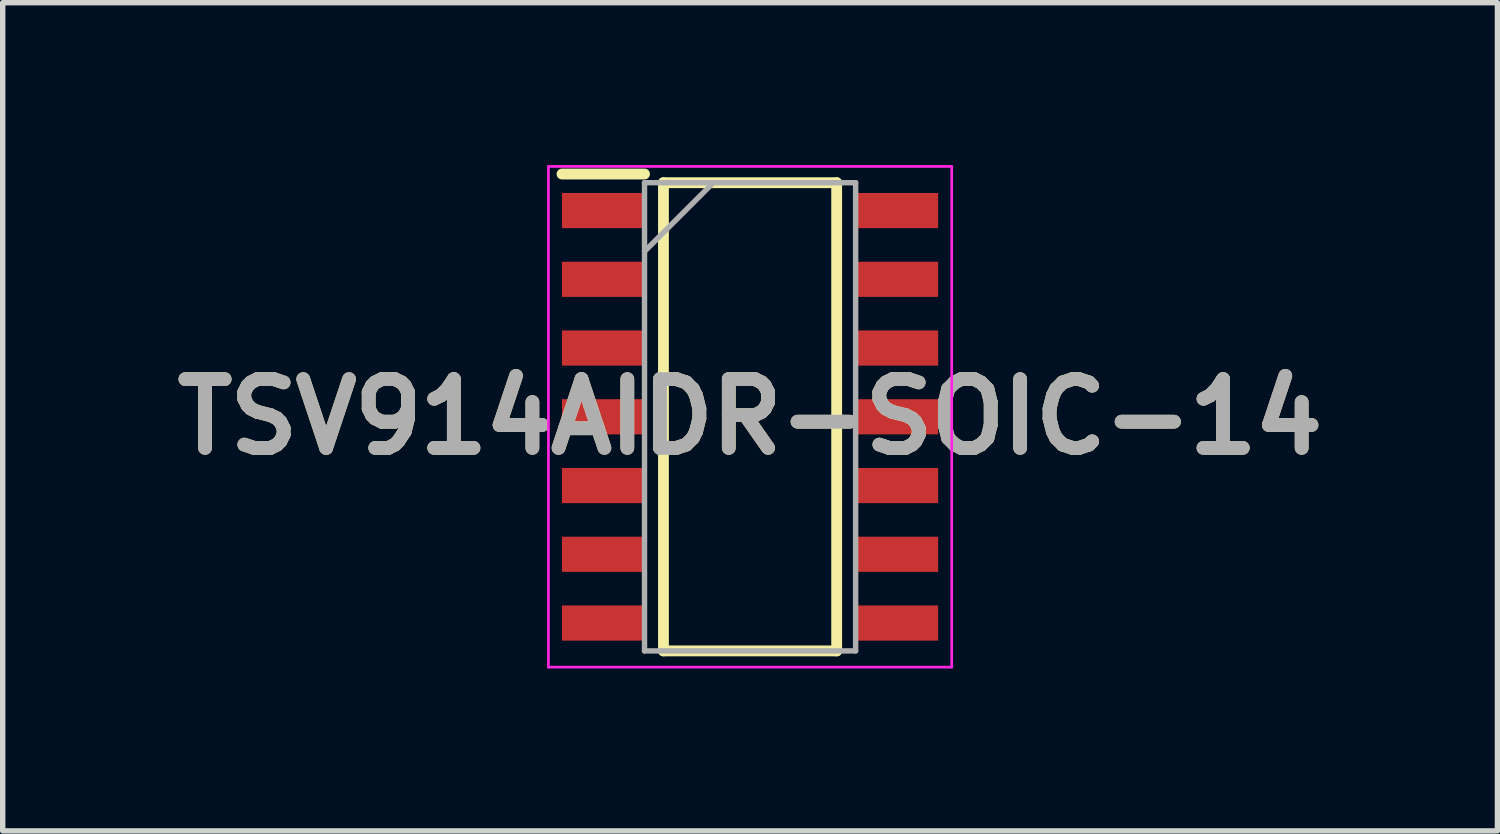
<source format=kicad_pcb>
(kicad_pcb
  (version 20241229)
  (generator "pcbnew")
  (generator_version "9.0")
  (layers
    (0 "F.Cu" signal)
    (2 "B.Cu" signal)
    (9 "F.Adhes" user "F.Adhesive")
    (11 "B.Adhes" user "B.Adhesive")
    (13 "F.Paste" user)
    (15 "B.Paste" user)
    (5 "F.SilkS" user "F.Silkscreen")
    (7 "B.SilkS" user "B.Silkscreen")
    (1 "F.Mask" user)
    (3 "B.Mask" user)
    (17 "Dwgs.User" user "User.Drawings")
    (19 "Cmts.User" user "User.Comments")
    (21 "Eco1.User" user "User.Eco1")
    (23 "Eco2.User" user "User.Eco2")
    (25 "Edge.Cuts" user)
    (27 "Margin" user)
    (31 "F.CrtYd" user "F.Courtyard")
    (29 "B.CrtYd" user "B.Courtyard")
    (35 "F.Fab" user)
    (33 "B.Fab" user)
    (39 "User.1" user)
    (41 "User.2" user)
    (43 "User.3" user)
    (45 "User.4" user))
  (footprint "TSV914AIDR-SOIC-14"
    (layer "F.Cu")
    (at 10.807 4.65)
    (property "Reference" "TSV914AIDR-SOIC-14" (at 0 0 0) (layer "F.SilkS") (effects (font (size 1.27 1.27) (thickness 0.254))))
    (attr smd)
    (fp_line (start -3.475 -4.485) (end -1.95 -4.485) (stroke (width 0.2) (type solid)) (layer "F.SilkS"))
    (fp_line (start -1.6 -4.325) (end 1.6 -4.325) (stroke (width 0.2) (type solid)) (layer "F.SilkS"))
    (fp_line (start -1.6 4.325) (end -1.6 -4.325) (stroke (width 0.2) (type solid)) (layer "F.SilkS"))
    (fp_line (start 1.6 -4.325) (end 1.6 4.325) (stroke (width 0.2) (type solid)) (layer "F.SilkS"))
    (fp_line (start 1.6 4.325) (end -1.6 4.325) (stroke (width 0.2) (type solid)) (layer "F.SilkS"))
    (fp_line (start -3.725 -4.625) (end 3.725 -4.625) (stroke (width 0.05) (type solid)) (layer "F.CrtYd"))
    (fp_line (start -3.725 4.625) (end -3.725 -4.625) (stroke (width 0.05) (type solid)) (layer "F.CrtYd"))
    (fp_line (start 3.725 -4.625) (end 3.725 4.625) (stroke (width 0.05) (type solid)) (layer "F.CrtYd"))
    (fp_line (start 3.725 4.625) (end -3.725 4.625) (stroke (width 0.05) (type solid)) (layer "F.CrtYd"))
    (fp_line (start -1.95 -4.325) (end 1.95 -4.325) (stroke (width 0.1) (type solid)) (layer "F.Fab"))
    (fp_line (start -1.95 -3.055) (end -0.68 -4.325) (stroke (width 0.1) (type solid)) (layer "F.Fab"))
    (fp_line (start -1.95 4.325) (end -1.95 -4.325) (stroke (width 0.1) (type solid)) (layer "F.Fab"))
    (fp_line (start 1.95 -4.325) (end 1.95 4.325) (stroke (width 0.1) (type solid)) (layer "F.Fab"))
    (fp_line (start 1.95 4.325) (end -1.95 4.325) (stroke (width 0.1) (type solid)) (layer "F.Fab"))
    (fp_text user "${REFERENCE}" (at 0 0 0) (layer "F.Fab") (effects (font (size 1.27 1.27) (thickness 0.254))))
    (pad "1" smd rect (at -2.712 -3.81 90) (size 0.65 1.525) (layers "F.Cu" "F.Mask" "F.Paste"))
    (pad "2" smd rect (at -2.712 -2.54 90) (size 0.65 1.525) (layers "F.Cu" "F.Mask" "F.Paste"))
    (pad "3" smd rect (at -2.712 -1.27 90) (size 0.65 1.525) (layers "F.Cu" "F.Mask" "F.Paste"))
    (pad "4" smd rect (at -2.712 0 90) (size 0.65 1.525) (layers "F.Cu" "F.Mask" "F.Paste"))
    (pad "5" smd rect (at -2.712 1.27 90) (size 0.65 1.525) (layers "F.Cu" "F.Mask" "F.Paste"))
    (pad "6" smd rect (at -2.712 2.54 90) (size 0.65 1.525) (layers "F.Cu" "F.Mask" "F.Paste"))
    (pad "7" smd rect (at -2.712 3.81 90) (size 0.65 1.525) (layers "F.Cu" "F.Mask" "F.Paste"))
    (pad "8" smd rect (at 2.712 3.81 90) (size 0.65 1.525) (layers "F.Cu" "F.Mask" "F.Paste"))
    (pad "9" smd rect (at 2.712 2.54 90) (size 0.65 1.525) (layers "F.Cu" "F.Mask" "F.Paste"))
    (pad "10" smd rect (at 2.712 1.27 90) (size 0.65 1.525) (layers "F.Cu" "F.Mask" "F.Paste"))
    (pad "11" smd rect (at 2.712 0 90) (size 0.65 1.525) (layers "F.Cu" "F.Mask" "F.Paste"))
    (pad "12" smd rect (at 2.712 -1.27 90) (size 0.65 1.525) (layers "F.Cu" "F.Mask" "F.Paste"))
    (pad "13" smd rect (at 2.712 -2.54 90) (size 0.65 1.525) (layers "F.Cu" "F.Mask" "F.Paste"))
    (pad "14" smd rect (at 2.712 -3.81 90) (size 0.65 1.525) (layers "F.Cu" "F.Mask" "F.Paste")))
  (gr_rect
    (start -3 -3)
    (end 24.614 12.3)
    (stroke (width 0.1) (type default))
    (fill no)
    (layer "Edge.Cuts")))
</source>
